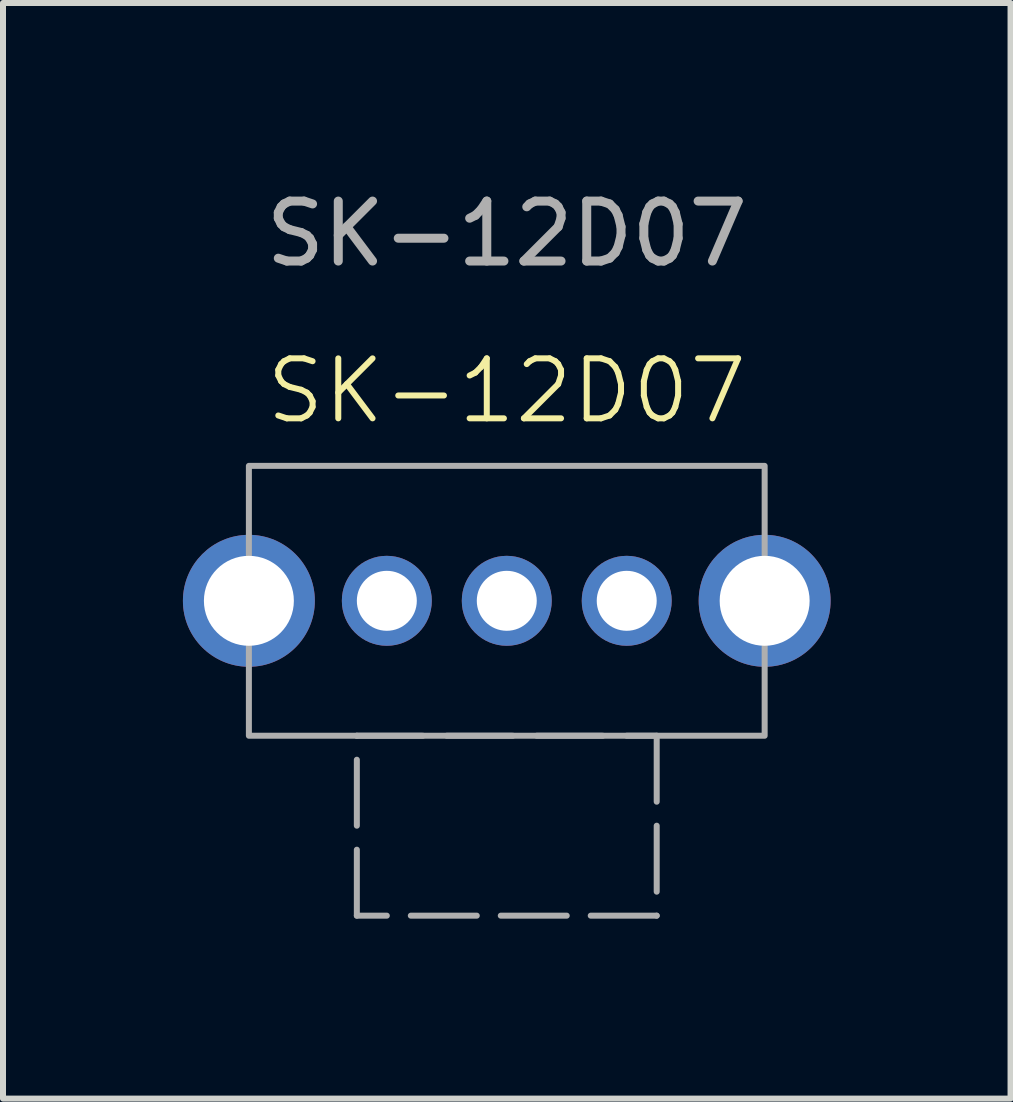
<source format=kicad_pcb>
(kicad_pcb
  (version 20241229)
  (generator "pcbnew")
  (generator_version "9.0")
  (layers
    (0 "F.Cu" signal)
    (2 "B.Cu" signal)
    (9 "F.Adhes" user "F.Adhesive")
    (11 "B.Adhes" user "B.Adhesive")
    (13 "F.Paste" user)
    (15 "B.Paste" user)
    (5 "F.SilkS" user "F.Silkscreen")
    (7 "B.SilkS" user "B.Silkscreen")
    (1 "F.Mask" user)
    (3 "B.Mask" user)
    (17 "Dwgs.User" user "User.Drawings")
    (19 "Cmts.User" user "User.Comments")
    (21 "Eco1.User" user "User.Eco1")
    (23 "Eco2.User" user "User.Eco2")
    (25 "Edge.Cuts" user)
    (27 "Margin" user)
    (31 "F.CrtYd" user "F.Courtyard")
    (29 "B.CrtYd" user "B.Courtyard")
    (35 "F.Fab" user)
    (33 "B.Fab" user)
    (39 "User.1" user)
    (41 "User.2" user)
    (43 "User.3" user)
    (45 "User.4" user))
  (footprint "SK-12D07"
    (layer "F.Cu")
    (at 5.4 6.968)
    (property "Reference" "SK-12D07" (at 0 -3.5 0) (unlocked yes) (layer "F.SilkS") (effects (font (size 1 1) (thickness 0.1))))
    (attr through_hole)
    (fp_rect (start -4.3 -2.25) (end 4.3 2.25) (stroke (width 0.1) (type default)) (fill no) (layer "F.Fab"))
    (fp_rect (start -2.5 2.25) (end 2.5 5.25) (stroke (width 0.1) (type dash)) (fill no) (layer "F.Fab"))
    (fp_text user "${REFERENCE}" (at 0 -6.12 0) (unlocked yes) (layer "F.Fab") (effects (font (size 1 1) (thickness 0.15))))
    (pad "" thru_hole circle (at -4.3 0) (size 2.2 2.2) (drill 1.5) (layers "*.Cu" "*.Mask"))
    (pad "" thru_hole circle (at 4.3 0) (size 2.2 2.2) (drill 1.5) (layers "*.Cu" "*.Mask"))
    (pad "1" thru_hole circle (at -2 0) (size 1.5 1.5) (drill 1) (layers "*.Cu" "*.Mask"))
    (pad "2" thru_hole circle (at 0 0) (size 1.5 1.5) (drill 1) (layers "*.Cu" "*.Mask"))
    (pad "3" thru_hole circle (at 2 0) (size 1.5 1.5) (drill 1) (layers "*.Cu" "*.Mask")))
  (gr_rect
    (start -3 -3)
    (end 13.8 15.268)
    (stroke (width 0.1) (type default))
    (fill no)
    (layer "Edge.Cuts")))
</source>
